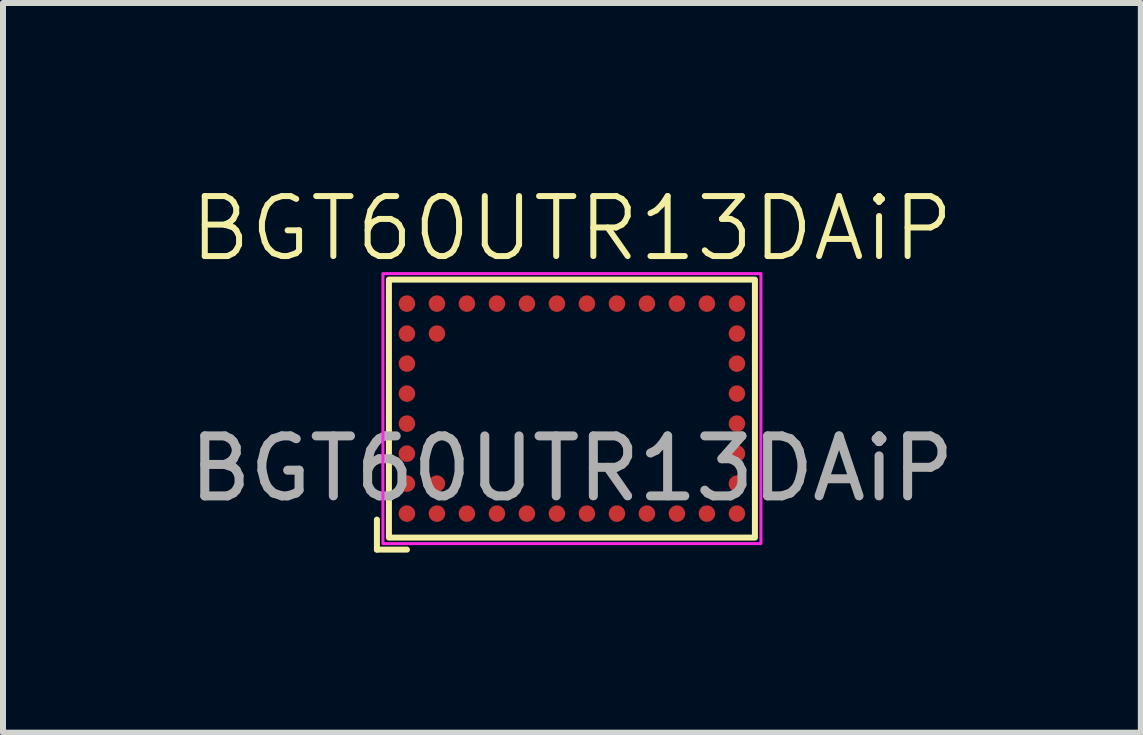
<source format=kicad_pcb>
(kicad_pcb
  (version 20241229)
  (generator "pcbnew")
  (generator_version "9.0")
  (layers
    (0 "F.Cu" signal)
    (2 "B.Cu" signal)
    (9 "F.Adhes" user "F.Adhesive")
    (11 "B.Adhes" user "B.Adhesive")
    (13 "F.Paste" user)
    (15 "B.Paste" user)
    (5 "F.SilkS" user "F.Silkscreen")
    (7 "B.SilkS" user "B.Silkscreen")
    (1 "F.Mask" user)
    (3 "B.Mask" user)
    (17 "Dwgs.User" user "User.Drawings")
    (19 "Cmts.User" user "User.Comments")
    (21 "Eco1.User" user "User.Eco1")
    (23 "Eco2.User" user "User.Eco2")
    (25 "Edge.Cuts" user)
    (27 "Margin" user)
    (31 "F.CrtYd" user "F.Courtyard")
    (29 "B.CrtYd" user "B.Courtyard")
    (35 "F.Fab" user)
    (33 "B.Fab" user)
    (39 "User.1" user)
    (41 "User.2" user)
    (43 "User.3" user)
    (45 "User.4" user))
  (footprint "BGT60UTR13DAiP"
    (layer "F.Cu")
    (at 6.482 3.76)
    (property "Reference" "BGT60UTR13DAiP" (at 0 -3 0) (unlocked yes) (layer "F.SilkS") (effects (font (size 1 1) (thickness 0.1))))
    (attr smd)
    (fp_line (start -3.25 1.85) (end -3.25 2.35) (stroke (width 0.1) (type default)) (layer "F.SilkS"))
    (fp_line (start -3.25 2.35) (end -2.75 2.35) (stroke (width 0.1) (type default)) (layer "F.SilkS"))
    (fp_rect (start -3.05 -2.15) (end 3.05 2.15) (stroke (width 0.1) (type default)) (fill no) (layer "F.SilkS"))
    (fp_rect (start -3.15 -2.25) (end 3.15 2.25) (stroke (width 0.05) (type default)) (fill no) (layer "F.CrtYd"))
    (fp_text user "${REFERENCE}" (at 0 1 0) (unlocked yes) (layer "F.Fab") (effects (font (size 1 1) (thickness 0.15))))
    (pad "A1" smd circle (at -2.75 1.75) (size 0.275 0.275) (layers "F.Cu" "F.Mask" "F.Paste"))
    (pad "A2" smd circle (at -2.75 1.25) (size 0.275 0.275) (layers "F.Cu" "F.Mask" "F.Paste"))
    (pad "A3" smd circle (at -2.75 0.75) (size 0.275 0.275) (layers "F.Cu" "F.Mask" "F.Paste"))
    (pad "A4" smd circle (at -2.75 0.25) (size 0.275 0.275) (layers "F.Cu" "F.Mask" "F.Paste"))
    (pad "A5" smd circle (at -2.75 -0.25) (size 0.275 0.275) (layers "F.Cu" "F.Mask" "F.Paste"))
    (pad "A6" smd circle (at -2.75 -0.75) (size 0.275 0.275) (layers "F.Cu" "F.Mask" "F.Paste"))
    (pad "A7" smd circle (at -2.75 -1.25) (size 0.275 0.275) (layers "F.Cu" "F.Mask" "F.Paste"))
    (pad "A8" smd circle (at -2.75 -1.75) (size 0.275 0.275) (layers "F.Cu" "F.Mask" "F.Paste"))
    (pad "B1" smd circle (at -2.25 1.75) (size 0.275 0.275) (layers "F.Cu" "F.Mask" "F.Paste"))
    (pad "B2" smd circle (at -2.25 1.25) (size 0.275 0.275) (layers "F.Cu" "F.Mask" "F.Paste"))
    (pad "B7" smd circle (at -2.25 -1.25) (size 0.275 0.275) (layers "F.Cu" "F.Mask" "F.Paste"))
    (pad "B8" smd circle (at -2.25 -1.75) (size 0.275 0.275) (layers "F.Cu" "F.Mask" "F.Paste"))
    (pad "C1" smd circle (at -1.75 1.75) (size 0.275 0.275) (layers "F.Cu" "F.Mask" "F.Paste"))
    (pad "C8" smd circle (at -1.75 -1.75) (size 0.275 0.275) (layers "F.Cu" "F.Mask" "F.Paste"))
    (pad "D1" smd circle (at -1.25 1.75) (size 0.275 0.275) (layers "F.Cu" "F.Mask" "F.Paste"))
    (pad "D8" smd circle (at -1.25 -1.75) (size 0.275 0.275) (layers "F.Cu" "F.Mask" "F.Paste"))
    (pad "E1" smd circle (at -0.75 1.75) (size 0.275 0.275) (layers "F.Cu" "F.Mask" "F.Paste"))
    (pad "E8" smd circle (at -0.75 -1.75) (size 0.275 0.275) (layers "F.Cu" "F.Mask" "F.Paste"))
    (pad "F1" smd circle (at -0.25 1.75) (size 0.275 0.275) (layers "F.Cu" "F.Mask" "F.Paste"))
    (pad "F8" smd circle (at -0.25 -1.75) (size 0.275 0.275) (layers "F.Cu" "F.Mask" "F.Paste"))
    (pad "G1" smd circle (at 0.25 1.75) (size 0.275 0.275) (layers "F.Cu" "F.Mask" "F.Paste"))
    (pad "G8" smd circle (at 0.25 -1.75) (size 0.275 0.275) (layers "F.Cu" "F.Mask" "F.Paste"))
    (pad "H1" smd circle (at 0.75 1.75) (size 0.275 0.275) (layers "F.Cu" "F.Mask" "F.Paste"))
    (pad "H8" smd circle (at 0.75 -1.75) (size 0.275 0.275) (layers "F.Cu" "F.Mask" "F.Paste"))
    (pad "J1" smd circle (at 1.25 1.75) (size 0.275 0.275) (layers "F.Cu" "F.Mask" "F.Paste"))
    (pad "J8" smd circle (at 1.25 -1.75) (size 0.275 0.275) (layers "F.Cu" "F.Mask" "F.Paste"))
    (pad "K1" smd circle (at 1.75 1.75) (size 0.275 0.275) (layers "F.Cu" "F.Mask" "F.Paste"))
    (pad "K8" smd circle (at 1.75 -1.75) (size 0.275 0.275) (layers "F.Cu" "F.Mask" "F.Paste"))
    (pad "L1" smd circle (at 2.25 1.75) (size 0.275 0.275) (layers "F.Cu" "F.Mask" "F.Paste"))
    (pad "L8" smd circle (at 2.25 -1.75) (size 0.275 0.275) (layers "F.Cu" "F.Mask" "F.Paste"))
    (pad "M1" smd circle (at 2.75 1.75) (size 0.275 0.275) (layers "F.Cu" "F.Mask" "F.Paste"))
    (pad "M2" smd circle (at 2.75 1.25) (size 0.275 0.275) (layers "F.Cu" "F.Mask" "F.Paste"))
    (pad "M3" smd circle (at 2.75 0.75) (size 0.275 0.275) (layers "F.Cu" "F.Mask" "F.Paste"))
    (pad "M4" smd circle (at 2.75 0.25) (size 0.275 0.275) (layers "F.Cu" "F.Mask" "F.Paste"))
    (pad "M5" smd circle (at 2.75 -0.25) (size 0.275 0.275) (layers "F.Cu" "F.Mask" "F.Paste"))
    (pad "M6" smd circle (at 2.75 -0.75) (size 0.275 0.275) (layers "F.Cu" "F.Mask" "F.Paste"))
    (pad "M7" smd circle (at 2.75 -1.25) (size 0.275 0.275) (layers "F.Cu" "F.Mask" "F.Paste"))
    (pad "M8" smd circle (at 2.75 -1.75) (size 0.275 0.275) (layers "F.Cu" "F.Mask" "F.Paste")))
  (gr_rect
    (start -3 -3)
    (end 15.964 9.161)
    (stroke (width 0.1) (type default))
    (fill no)
    (layer "Edge.Cuts")))
</source>
